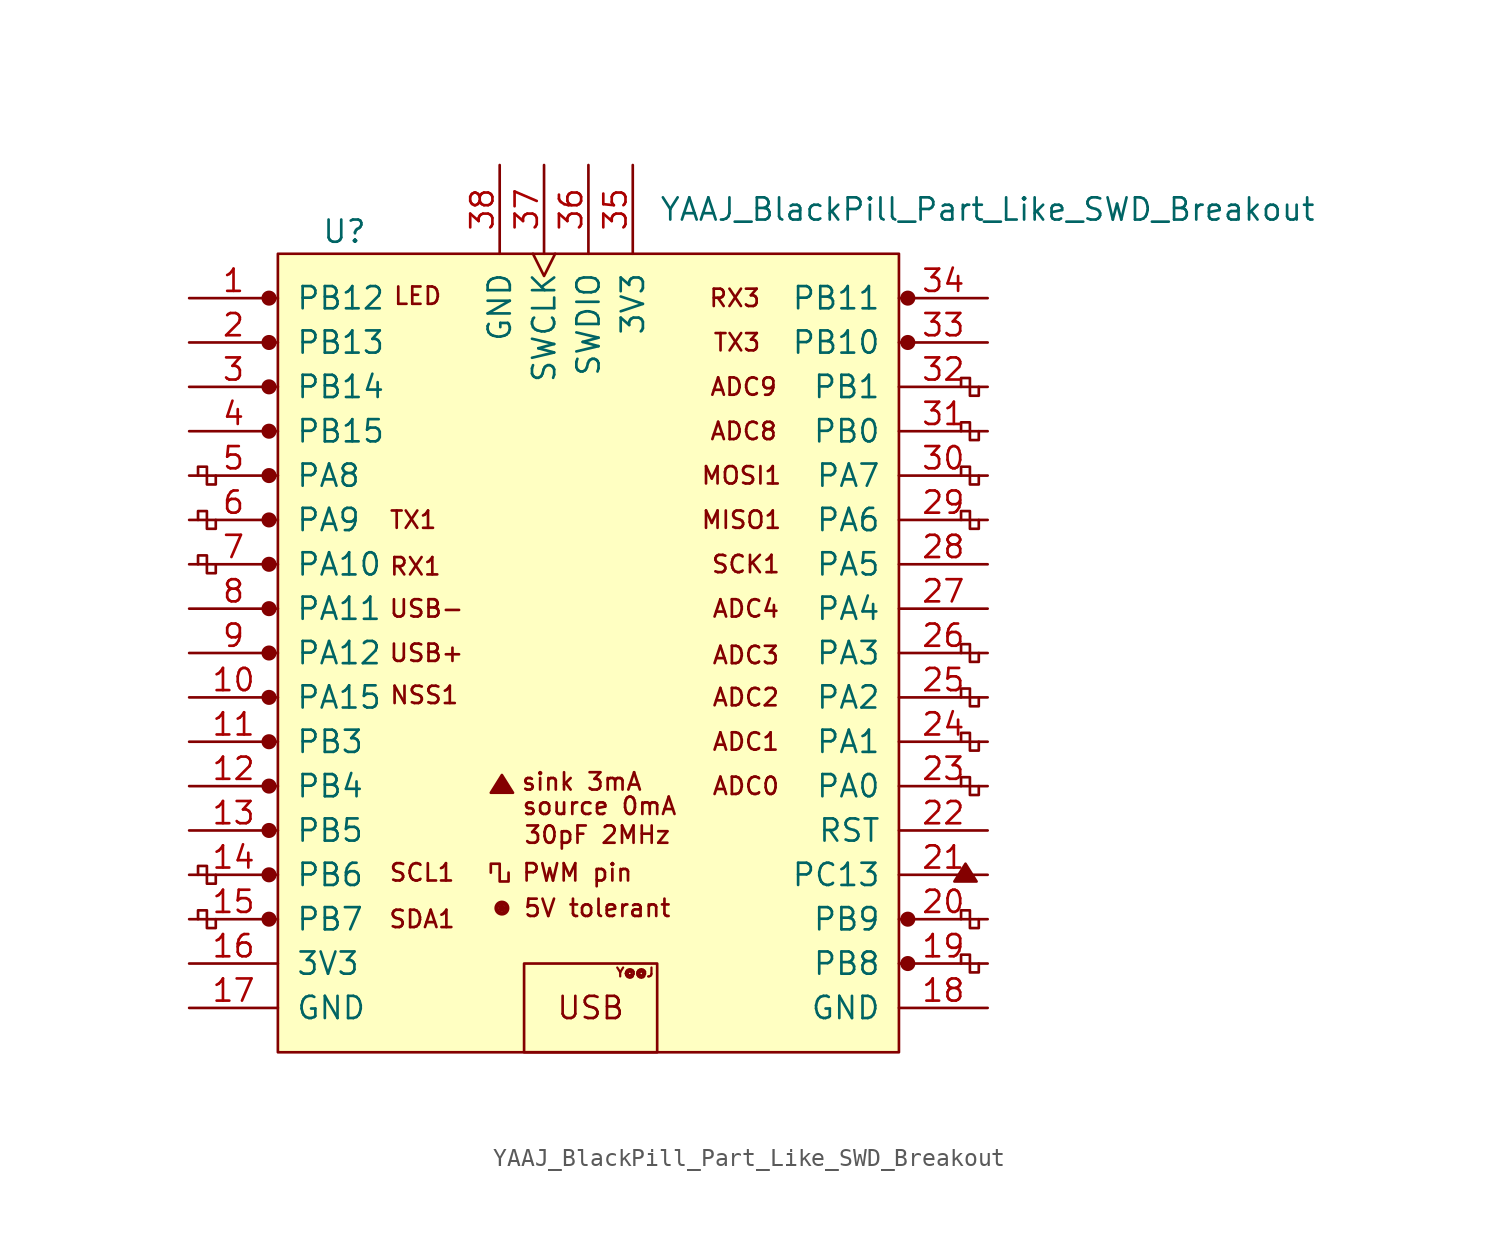
<source format=kicad_sym>
(kicad_symbol_lib
  (version 20201005)
  (generator kicad_symbol_editor)
  (symbol "MSAD2103:YAAJ_BlackPill_Part_Like_SWD_Breakout"
    (pin_names
      (offset 1.016))
    (property "Reference" "U"
      (at -13.97 24.13 0)
      (effects (font (size 1.27 1.27))))
    (property "Value" "YAAJ_BlackPill_Part_Like_SWD_Breakout"
      (at 22.86 25.4 0)
      (effects (font (size 1.27 1.27))))
    (symbol "YAAJ_BlackPill_Part_Like_SWD_Breakout_0_0"
      (circle (center -4.953 -14.605) (radius 0.254) (stroke (width 0)) (fill (type none)))
      (circle (center -4.953 -14.605) (radius 0.356) (stroke (width 0)) (fill (type none)))
      (circle (center 18.288 17.78) (radius 0.356) (stroke (width 0)) (fill (type none)))
      (circle (center 18.288 20.32) (radius 0.356) (stroke (width 0)) (fill (type none)))
      (circle (center -18.288 -15.24) (radius 0.356) (stroke (width 0)) (fill (type outline)))
      (circle (center -18.288 -12.7) (radius 0.356) (stroke (width 0)) (fill (type outline)))
      (circle (center -18.288 -10.16) (radius 0.356) (stroke (width 0)) (fill (type outline)))
      (circle (center -18.288 -7.62) (radius 0.356) (stroke (width 0)) (fill (type outline)))
      (circle (center -18.288 -5.08) (radius 0.356) (stroke (width 0)) (fill (type outline)))
      (circle (center -18.288 -2.54) (radius 0.356) (stroke (width 0)) (fill (type outline)))
      (circle (center -18.288 0) (radius 0.356) (stroke (width 0)) (fill (type outline)))
      (circle (center -18.288 2.54) (radius 0.356) (stroke (width 0)) (fill (type outline)))
      (circle (center -18.288 5.08) (radius 0.356) (stroke (width 0)) (fill (type outline)))
      (circle (center -18.288 7.62) (radius 0.356) (stroke (width 0)) (fill (type outline)))
      (circle (center -18.288 10.16) (radius 0.356) (stroke (width 0)) (fill (type outline)))
      (circle (center -18.288 12.7) (radius 0.356) (stroke (width 0)) (fill (type outline)))
      (circle (center -18.288 15.24) (radius 0.356) (stroke (width 0)) (fill (type outline)))
      (circle (center -18.288 20.32) (radius 0.356) (stroke (width 0)) (fill (type outline)))
      (circle (center -4.953 -14.605) (radius 0.127) (stroke (width 0)) (fill (type outline)))
      (circle (center 18.288 -17.78) (radius 0.356) (stroke (width 0)) (fill (type outline)))
      (circle (center 18.288 -15.24) (radius 0.356) (stroke (width 0)) (fill (type outline)))
      (circle (center 18.288 17.78) (radius 0.254) (stroke (width 0)) (fill (type outline)))
      (circle (center 18.288 20.32) (radius 0.254) (stroke (width 0)) (fill (type outline)))
      (text "30pF 2MHz" (at 0.508 -10.414 0) (effects (font (size 0.991 0.991))))
      (text "5V tolerant" (at 0.508 -14.605 0) (effects (font (size 0.991 0.991))))
      (text "ADC0" (at 9.017 -7.62 0) (effects (font (size 0.991 0.991))))
      (text "ADC1" (at 9.017 -5.08 0) (effects (font (size 0.991 0.991))))
      (text "ADC2" (at 9.017 -2.54 0) (effects (font (size 0.991 0.991))))
      (text "ADC3" (at 9.017 -0.127 0) (effects (font (size 0.991 0.991))))
      (text "ADC4" (at 9.017 2.54 0) (effects (font (size 0.991 0.991))))
      (text "ADC8" (at 8.89 12.7 0) (effects (font (size 0.991 0.991))))
      (text "ADC9" (at 8.89 15.24 0) (effects (font (size 0.991 0.991))))
      (text "LED" (at -9.779 20.447 0) (effects (font (size 0.991 0.991))))
      (text "MISO1" (at 8.763 7.62 0) (effects (font (size 0.991 0.991))))
      (text "MOSI1" (at 8.763 10.16 0) (effects (font (size 0.991 0.991))))
      (text "NSS1" (at -9.398 -2.413 0) (effects (font (size 0.991 0.991))))
      (text "PWM pin" (at -0.635 -12.573 0) (effects (font (size 0.991 0.991))))
      (text "RX1" (at -9.906 4.953 0) (effects (font (size 0.991 0.991))))
      (text "RX3" (at 8.382 20.32 0) (effects (font (size 0.991 0.991))))
      (text "SCK1" (at 9.017 5.08 0) (effects (font (size 0.991 0.991))))
      (text "SCL1" (at -9.525 -12.573 0) (effects (font (size 0.991 0.991))))
      (text "SDA1" (at -9.525 -15.24 0) (effects (font (size 0.991 0.991))))
      (text "sink 3mA" (at -0.381 -7.366 0) (effects (font (size 0.991 0.991))))
      (text "source 0mA" (at 0.635 -8.763 0) (effects (font (size 0.991 0.991))))
      (text "TX1" (at -10.033 7.62 0) (effects (font (size 0.991 0.991))))
      (text "TX3" (at 8.509 17.78 0) (effects (font (size 0.991 0.991))))
      (text "USB" (at 0.127 -20.32 0) (effects (font (size 1.27 1.27))))
      (text "USB+" (at -9.271 0 0) (effects (font (size 0.991 0.991))))
      (text "USB-" (at -9.271 2.54 0) (effects (font (size 0.991 0.991))))
      (text "Y@@J" (at 2.667 -18.288 0) (effects (font (size 0.508 0.508))))
      (polyline (pts (xy -5.588 -8.001) (xy -4.953 -6.985) (xy -4.318 -8.001) (xy -5.588 -8.001) (xy -4.953 -7.112) (xy -4.445 -8.001) (xy -5.461 -7.874) (xy -4.953 -7.239) (xy -4.572 -8.001) (xy -5.334 -7.747) (xy -4.826 -7.366) (xy -4.699 -8.001) (xy -5.207 -7.62) (xy -4.699 -7.493) (xy -4.826 -7.874) (xy -5.08 -7.62) (xy -4.826 -7.747) (xy -4.953 -7.493)) (stroke (width 0)) (fill (type none)))
      (polyline (pts (xy 20.955 -13.081) (xy 21.59 -12.065) (xy 22.225 -13.081) (xy 20.955 -13.081) (xy 21.59 -12.192) (xy 22.098 -13.081) (xy 21.082 -12.954) (xy 21.59 -12.319) (xy 21.971 -13.081) (xy 21.209 -12.827) (xy 21.717 -12.446) (xy 21.844 -13.081) (xy 21.336 -12.7) (xy 21.844 -12.573) (xy 21.717 -12.954) (xy 21.463 -12.7) (xy 21.717 -12.827) (xy 21.59 -12.573)) (stroke (width 0)) (fill (type none))))
    (symbol "YAAJ_BlackPill_Part_Like_SWD_Breakout_0_1"
      (rectangle (start 3.937 -17.78) (end -3.683 -22.86) (stroke (width 0)) (fill (type none)))
      (rectangle (start -17.78 22.86) (end 17.78 -22.86) (stroke (width 0)) (fill (type background)))
      (polyline (pts (xy -21.336 -15.24) (xy -21.336 -15.748) (xy -21.844 -15.748) (xy -21.844 -14.732) (xy -22.352 -14.732) (xy -22.352 -15.24)) (stroke (width 0)) (fill (type none)))
      (polyline (pts (xy -21.336 -12.7) (xy -21.336 -13.208) (xy -21.844 -13.208) (xy -21.844 -12.192) (xy -22.352 -12.192) (xy -22.352 -12.7)) (stroke (width 0)) (fill (type none)))
      (polyline (pts (xy -21.336 5.08) (xy -21.336 4.572) (xy -21.844 4.572) (xy -21.844 5.588) (xy -22.352 5.588) (xy -22.352 5.08)) (stroke (width 0)) (fill (type none)))
      (polyline (pts (xy -21.336 7.62) (xy -21.336 7.112) (xy -21.844 7.112) (xy -21.844 8.128) (xy -22.352 8.128) (xy -22.352 7.62)) (stroke (width 0)) (fill (type none)))
      (polyline (pts (xy -21.336 10.16) (xy -21.336 9.652) (xy -21.844 9.652) (xy -21.844 10.668) (xy -22.352 10.668) (xy -22.352 10.16)) (stroke (width 0)) (fill (type none)))
      (polyline (pts (xy -4.572 -12.573) (xy -4.572 -13.081) (xy -5.08 -13.081) (xy -5.08 -12.065) (xy -5.588 -12.065) (xy -5.588 -12.573)) (stroke (width 0)) (fill (type none)))
      (polyline (pts (xy 21.336 -17.78) (xy 21.336 -17.272) (xy 21.844 -17.272) (xy 21.844 -18.288) (xy 22.352 -18.288) (xy 22.352 -17.78)) (stroke (width 0)) (fill (type none)))
      (polyline (pts (xy 21.336 -15.24) (xy 21.336 -14.732) (xy 21.844 -14.732) (xy 21.844 -15.748) (xy 22.352 -15.748) (xy 22.352 -15.24)) (stroke (width 0)) (fill (type none)))
      (polyline (pts (xy 22.352 -7.62) (xy 22.352 -8.128) (xy 21.844 -8.128) (xy 21.844 -7.112) (xy 21.336 -7.112) (xy 21.336 -7.62)) (stroke (width 0)) (fill (type none)))
      (polyline (pts (xy 22.352 -5.08) (xy 22.352 -5.588) (xy 21.844 -5.588) (xy 21.844 -4.572) (xy 21.336 -4.572) (xy 21.336 -5.08)) (stroke (width 0)) (fill (type none)))
      (polyline (pts (xy 22.352 -2.54) (xy 22.352 -3.048) (xy 21.844 -3.048) (xy 21.844 -2.032) (xy 21.336 -2.032) (xy 21.336 -2.54)) (stroke (width 0)) (fill (type none)))
      (polyline (pts (xy 22.352 0) (xy 22.352 -0.508) (xy 21.844 -0.508) (xy 21.844 0.508) (xy 21.336 0.508) (xy 21.336 0)) (stroke (width 0)) (fill (type none)))
      (polyline (pts (xy 22.352 7.62) (xy 22.352 7.112) (xy 21.844 7.112) (xy 21.844 8.128) (xy 21.336 8.128) (xy 21.336 7.62)) (stroke (width 0)) (fill (type none)))
      (polyline (pts (xy 22.352 10.16) (xy 22.352 9.652) (xy 21.844 9.652) (xy 21.844 10.668) (xy 21.336 10.668) (xy 21.336 10.16)) (stroke (width 0)) (fill (type none)))
      (polyline (pts (xy 22.352 12.7) (xy 22.352 12.192) (xy 21.844 12.192) (xy 21.844 13.208) (xy 21.336 13.208) (xy 21.336 12.7)) (stroke (width 0)) (fill (type none)))
      (polyline (pts (xy 22.352 15.24) (xy 22.352 14.732) (xy 21.844 14.732) (xy 21.844 15.748) (xy 21.336 15.748) (xy 21.336 15.24)) (stroke (width 0)) (fill (type none))))
    (symbol "YAAJ_BlackPill_Part_Like_SWD_Breakout_1_1"
      (circle (center -18.288 17.78) (radius 0.356) (stroke (width 0)) (fill (type outline)))
      (pin bidirectional line (at -22.86 20.32 0) (length 5.08) (name "PB12" (effects (font (size 1.27 1.27)))) (number "1" (effects (font (size 1.27 1.27)))))
      (pin bidirectional line (at -22.86 -2.54 0) (length 5.08) (name "PA15" (effects (font (size 1.27 1.27)))) (number "10" (effects (font (size 1.27 1.27)))))
      (pin bidirectional line (at -22.86 -5.08 0) (length 5.08) (name "PB3" (effects (font (size 1.27 1.27)))) (number "11" (effects (font (size 1.27 1.27)))))
      (pin bidirectional line (at -22.86 -7.62 0) (length 5.08) (name "PB4" (effects (font (size 1.27 1.27)))) (number "12" (effects (font (size 1.27 1.27)))))
      (pin bidirectional line (at -22.86 -10.16 0) (length 5.08) (name "PB5" (effects (font (size 1.27 1.27)))) (number "13" (effects (font (size 1.27 1.27)))))
      (pin bidirectional line (at -22.86 -12.7 0) (length 5.08) (name "PB6" (effects (font (size 1.27 1.27)))) (number "14" (effects (font (size 1.27 1.27)))))
      (pin bidirectional line (at -22.86 -15.24 0) (length 5.08) (name "PB7" (effects (font (size 1.27 1.27)))) (number "15" (effects (font (size 1.27 1.27)))))
      (pin power_in line (at -22.86 -17.78 0) (length 5.08) (name "3V3" (effects (font (size 1.27 1.27)))) (number "16" (effects (font (size 1.27 1.27)))))
      (pin power_in line (at -22.86 -20.32 0) (length 5.08) (name "GND" (effects (font (size 1.27 1.27)))) (number "17" (effects (font (size 1.27 1.27)))))
      (pin power_in line (at 22.86 -20.32 180) (length 5.08) (name "GND" (effects (font (size 1.27 1.27)))) (number "18" (effects (font (size 1.27 1.27)))))
      (pin bidirectional line (at 22.86 -17.78 180) (length 5.08) (name "PB8" (effects (font (size 1.27 1.27)))) (number "19" (effects (font (size 1.27 1.27)))))
      (pin bidirectional line (at -22.86 17.78 0) (length 5.08) (name "PB13" (effects (font (size 1.27 1.27)))) (number "2" (effects (font (size 1.27 1.27)))))
      (pin bidirectional line (at 22.86 -15.24 180) (length 5.08) (name "PB9" (effects (font (size 1.27 1.27)))) (number "20" (effects (font (size 1.27 1.27)))))
      (pin bidirectional line (at 22.86 -12.7 180) (length 5.08) (name "PC13" (effects (font (size 1.27 1.27)))) (number "21" (effects (font (size 1.27 1.27)))))
      (pin input line (at 22.86 -10.16 180) (length 5.08) (name "RST" (effects (font (size 1.27 1.27)))) (number "22" (effects (font (size 1.27 1.27)))))
      (pin bidirectional line (at 22.86 -7.62 180) (length 5.08) (name "PA0" (effects (font (size 1.27 1.27)))) (number "23" (effects (font (size 1.27 1.27)))))
      (pin bidirectional line (at 22.86 -5.08 180) (length 5.08) (name "PA1" (effects (font (size 1.27 1.27)))) (number "24" (effects (font (size 1.27 1.27)))))
      (pin bidirectional line (at 22.86 -2.54 180) (length 5.08) (name "PA2" (effects (font (size 1.27 1.27)))) (number "25" (effects (font (size 1.27 1.27)))))
      (pin bidirectional line (at 22.86 0 180) (length 5.08) (name "PA3" (effects (font (size 1.27 1.27)))) (number "26" (effects (font (size 1.27 1.27)))))
      (pin bidirectional line (at 22.86 2.54 180) (length 5.08) (name "PA4" (effects (font (size 1.27 1.27)))) (number "27" (effects (font (size 1.27 1.27)))))
      (pin bidirectional line (at 22.86 5.08 180) (length 5.08) (name "PA5" (effects (font (size 1.27 1.27)))) (number "28" (effects (font (size 1.27 1.27)))))
      (pin bidirectional line (at 22.86 7.62 180) (length 5.08) (name "PA6" (effects (font (size 1.27 1.27)))) (number "29" (effects (font (size 1.27 1.27)))))
      (pin bidirectional line (at -22.86 15.24 0) (length 5.08) (name "PB14" (effects (font (size 1.27 1.27)))) (number "3" (effects (font (size 1.27 1.27)))))
      (pin bidirectional line (at 22.86 10.16 180) (length 5.08) (name "PA7" (effects (font (size 1.27 1.27)))) (number "30" (effects (font (size 1.27 1.27)))))
      (pin bidirectional line (at 22.86 12.7 180) (length 5.08) (name "PB0" (effects (font (size 1.27 1.27)))) (number "31" (effects (font (size 1.27 1.27)))))
      (pin bidirectional line (at 22.86 15.24 180) (length 5.08) (name "PB1" (effects (font (size 1.27 1.27)))) (number "32" (effects (font (size 1.27 1.27)))))
      (pin bidirectional line (at 22.86 17.78 180) (length 5.08) (name "PB10" (effects (font (size 1.27 1.27)))) (number "33" (effects (font (size 1.27 1.27)))))
      (pin bidirectional line (at 22.86 20.32 180) (length 5.08) (name "PB11" (effects (font (size 1.27 1.27)))) (number "34" (effects (font (size 1.27 1.27)))))
      (pin power_in line (at 2.54 27.94 270) (length 5.08) (name "3V3" (effects (font (size 1.27 1.27)))) (number "35" (effects (font (size 1.27 1.27)))))
      (pin bidirectional line (at 0 27.94 270) (length 5.08) (name "SWDIO" (effects (font (size 1.27 1.27)))) (number "36" (effects (font (size 1.27 1.27)))))
      (pin input clock (at -2.54 27.94 270) (length 5.08) (name "SWCLK" (effects (font (size 1.27 1.27)))) (number "37" (effects (font (size 1.27 1.27)))))
      (pin power_in line (at -5.08 27.94 270) (length 5.08) (name "GND" (effects (font (size 1.27 1.27)))) (number "38" (effects (font (size 1.27 1.27)))))
      (pin bidirectional line (at -22.86 12.7 0) (length 5.08) (name "PB15" (effects (font (size 1.27 1.27)))) (number "4" (effects (font (size 1.27 1.27)))))
      (pin bidirectional line (at -22.86 10.16 0) (length 5.08) (name "PA8" (effects (font (size 1.27 1.27)))) (number "5" (effects (font (size 1.27 1.27)))))
      (pin bidirectional line (at -22.86 7.62 0) (length 5.08) (name "PA9" (effects (font (size 1.27 1.27)))) (number "6" (effects (font (size 1.27 1.27)))))
      (pin bidirectional line (at -22.86 5.08 0) (length 5.08) (name "PA10" (effects (font (size 1.27 1.27)))) (number "7" (effects (font (size 1.27 1.27)))))
      (pin bidirectional line (at -22.86 2.54 0) (length 5.08) (name "PA11" (effects (font (size 1.27 1.27)))) (number "8" (effects (font (size 1.27 1.27)))))
      (pin bidirectional line (at -22.86 0 0) (length 5.08) (name "PA12" (effects (font (size 1.27 1.27)))) (number "9" (effects (font (size 1.27 1.27))))))))
</source>
